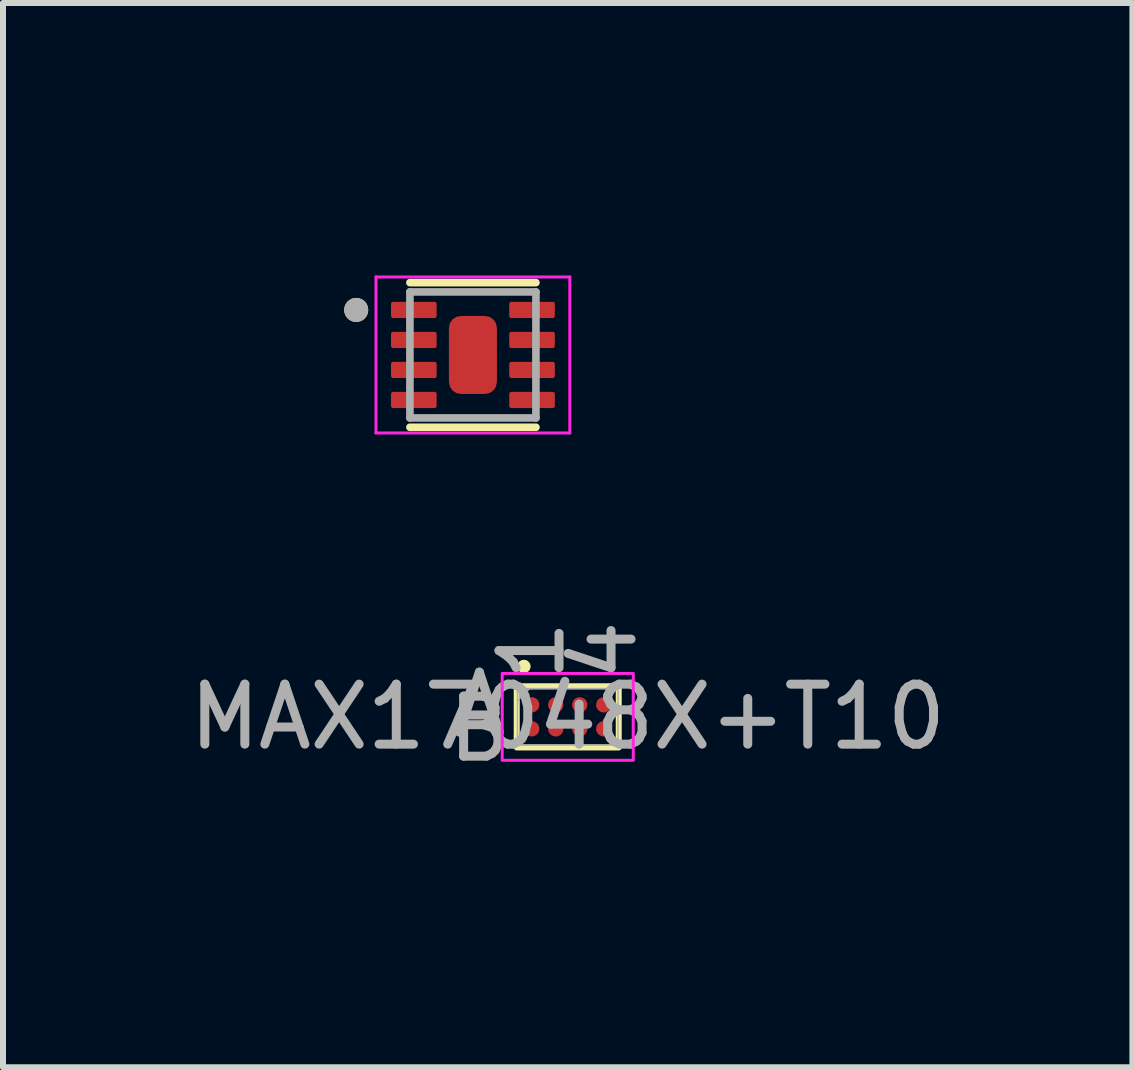
<source format=kicad_pcb>
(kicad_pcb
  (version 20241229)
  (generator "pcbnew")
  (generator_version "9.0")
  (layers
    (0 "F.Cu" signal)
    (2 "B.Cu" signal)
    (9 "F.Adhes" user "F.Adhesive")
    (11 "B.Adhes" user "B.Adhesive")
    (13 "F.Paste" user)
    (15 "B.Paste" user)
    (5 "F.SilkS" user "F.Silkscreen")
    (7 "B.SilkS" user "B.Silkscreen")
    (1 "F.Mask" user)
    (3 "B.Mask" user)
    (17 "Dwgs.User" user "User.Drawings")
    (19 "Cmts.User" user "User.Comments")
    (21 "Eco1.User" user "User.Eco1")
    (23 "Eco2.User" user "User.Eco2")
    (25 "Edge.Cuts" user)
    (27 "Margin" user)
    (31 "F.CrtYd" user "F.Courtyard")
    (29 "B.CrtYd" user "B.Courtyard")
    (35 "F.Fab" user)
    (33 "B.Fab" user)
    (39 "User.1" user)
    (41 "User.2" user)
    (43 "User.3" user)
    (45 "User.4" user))
  (footprint "MAX17048G_T10"
    (layer "F.Cu")
    (at 4.831 2.865)
    (property "Reference" "MAX17048G_T10" (at 1.365 -2.017 0) (layer "User.2") (effects (font (size 1 1) (thickness 0.15))))
    (attr smd)
    (fp_line (start -1.05 -1.205) (end 1.05 -1.205) (stroke (width 0.127) (type solid)) (layer "F.SilkS"))
    (fp_line (start -1.05 1.205) (end 1.05 1.205) (stroke (width 0.127) (type solid)) (layer "F.SilkS"))
    (fp_circle (center -1.945 -0.75) (end -1.845 -0.75) (stroke (width 0.2) (type solid)) (fill no) (layer "F.SilkS"))
    (fp_line (start -1.615 -1.3) (end -1.615 1.3) (stroke (width 0.05) (type solid)) (layer "F.CrtYd"))
    (fp_line (start -1.615 -1.3) (end 1.615 -1.3) (stroke (width 0.05) (type solid)) (layer "F.CrtYd"))
    (fp_line (start -1.615 1.3) (end 1.615 1.3) (stroke (width 0.05) (type solid)) (layer "F.CrtYd"))
    (fp_line (start 1.615 -1.3) (end 1.615 1.3) (stroke (width 0.05) (type solid)) (layer "F.CrtYd"))
    (fp_line (start -1.05 -1.05) (end -1.05 1.05) (stroke (width 0.127) (type solid)) (layer "F.Fab"))
    (fp_line (start -1.05 -1.05) (end 1.05 -1.05) (stroke (width 0.127) (type solid)) (layer "F.Fab"))
    (fp_line (start -1.05 1.05) (end 1.05 1.05) (stroke (width 0.127) (type solid)) (layer "F.Fab"))
    (fp_line (start 1.05 -1.05) (end 1.05 1.05) (stroke (width 0.127) (type solid)) (layer "F.Fab"))
    (fp_circle (center -1.945 -0.75) (end -1.845 -0.75) (stroke (width 0.2) (type solid)) (fill no) (layer "F.Fab"))
    (pad "1" smd roundrect (at -0.985 -0.75) (size 0.76 0.27) (layers "F.Cu" "F.Mask" "F.Paste") (roundrect_rratio 0.125))
    (pad "2" smd roundrect (at -0.985 -0.25) (size 0.76 0.27) (layers "F.Cu" "F.Mask" "F.Paste") (roundrect_rratio 0.125))
    (pad "3" smd roundrect (at -0.985 0.25) (size 0.76 0.27) (layers "F.Cu" "F.Mask" "F.Paste") (roundrect_rratio 0.125))
    (pad "4" smd roundrect (at -0.985 0.75) (size 0.76 0.27) (layers "F.Cu" "F.Mask" "F.Paste") (roundrect_rratio 0.125))
    (pad "5" smd roundrect (at 0.985 0.75) (size 0.76 0.27) (layers "F.Cu" "F.Mask" "F.Paste") (roundrect_rratio 0.125))
    (pad "6" smd roundrect (at 0.985 0.25) (size 0.76 0.27) (layers "F.Cu" "F.Mask" "F.Paste") (roundrect_rratio 0.125))
    (pad "7" smd roundrect (at 0.985 -0.25) (size 0.76 0.27) (layers "F.Cu" "F.Mask" "F.Paste") (roundrect_rratio 0.125))
    (pad "8" smd roundrect (at 0.985 -0.75) (size 0.76 0.27) (layers "F.Cu" "F.Mask" "F.Paste") (roundrect_rratio 0.125))
    (pad "9" smd roundrect (at 0 0) (size 0.8 1.3) (layers "F.Cu" "F.Mask" "F.Paste") (roundrect_rratio 0.25)))
  (footprint "MAX17048X+T10"
    (layer "F.Cu")
    (at 6.411 8.896)
    (property "Reference" "MAX17048X+T10" (at 0 1.99 0) (unlocked yes) (layer "User.2") (effects (font (size 1 1) (thickness 0.15))))
    (attr smd)
    (fp_rect (start -0.85 -0.51) (end 0.85 0.51) (stroke (width 0.1) (type solid)) (fill no) (layer "F.SilkS"))
    (fp_circle (center -0.73 -0.84) (end -0.78 -0.83) (stroke (width 0.12) (type solid)) (fill yes) (layer "F.SilkS"))
    (fp_rect (start -1.092 -0.724) (end 1.092 0.724) (stroke (width 0.05) (type default)) (fill no) (layer "F.CrtYd"))
    (fp_line (start -0.838 -0.47) (end -0.838 0.47) (stroke (width 0.025) (type solid)) (layer "F.Fab"))
    (fp_line (start -0.838 0.47) (end 0.838 0.47) (stroke (width 0.025) (type solid)) (layer "F.Fab"))
    (fp_line (start -0.638 -0.47) (end -0.838 -0.27) (stroke (width 0.025) (type solid)) (layer "F.Fab"))
    (fp_line (start 0.838 -0.47) (end -0.838 -0.47) (stroke (width 0.025) (type solid)) (layer "F.Fab"))
    (fp_line (start 0.838 0.47) (end 0.838 -0.47) (stroke (width 0.025) (type solid)) (layer "F.Fab"))
    (fp_text user "1" (at -0.6 -1.105 90) (unlocked yes) (layer "F.Fab") (effects (font (size 1 1) (thickness 0.15))))
    (fp_text user "A" (at -1.473 -0.2 0) (unlocked yes) (layer "F.Fab") (effects (font (size 1 1) (thickness 0.15))))
    (fp_text user "B" (at -1.473 0.2 0) (unlocked yes) (layer "F.Fab") (effects (font (size 1 1) (thickness 0.15))))
    (fp_text user "4" (at 0.6 -1.105 90) (unlocked yes) (layer "F.Fab") (effects (font (size 1 1) (thickness 0.15))))
    (fp_text user "${REFERENCE}" (at 0 0 0) (unlocked yes) (layer "F.Fab") (effects (font (size 1 1) (thickness 0.15))))
    (pad "A1" smd circle (at -0.6 -0.2) (size 0.254 0.254) (layers "F.Cu" "F.Mask" "F.Paste"))
    (pad "A2" smd circle (at -0.2 -0.2) (size 0.254 0.254) (layers "F.Cu" "F.Mask" "F.Paste"))
    (pad "A3" smd circle (at 0.2 -0.2) (size 0.254 0.254) (layers "F.Cu" "F.Mask" "F.Paste"))
    (pad "A4" smd circle (at 0.6 -0.2) (size 0.254 0.254) (layers "F.Cu" "F.Mask" "F.Paste"))
    (pad "B1" smd circle (at -0.6 0.2) (size 0.254 0.254) (layers "F.Cu" "F.Mask" "F.Paste"))
    (pad "B2" smd circle (at -0.2 0.2) (size 0.254 0.254) (layers "F.Cu" "F.Mask" "F.Paste"))
    (pad "B3" smd circle (at 0.2 0.2) (size 0.254 0.254) (layers "F.Cu" "F.Mask" "F.Paste"))
    (pad "B4" smd circle (at 0.6 0.2) (size 0.254 0.254) (layers "F.Cu" "F.Mask" "F.Paste")))
  (gr_rect
    (start -3 -3)
    (end 15.821 14.735)
    (stroke (width 0.1) (type default))
    (fill no)
    (layer "Edge.Cuts")))
</source>
